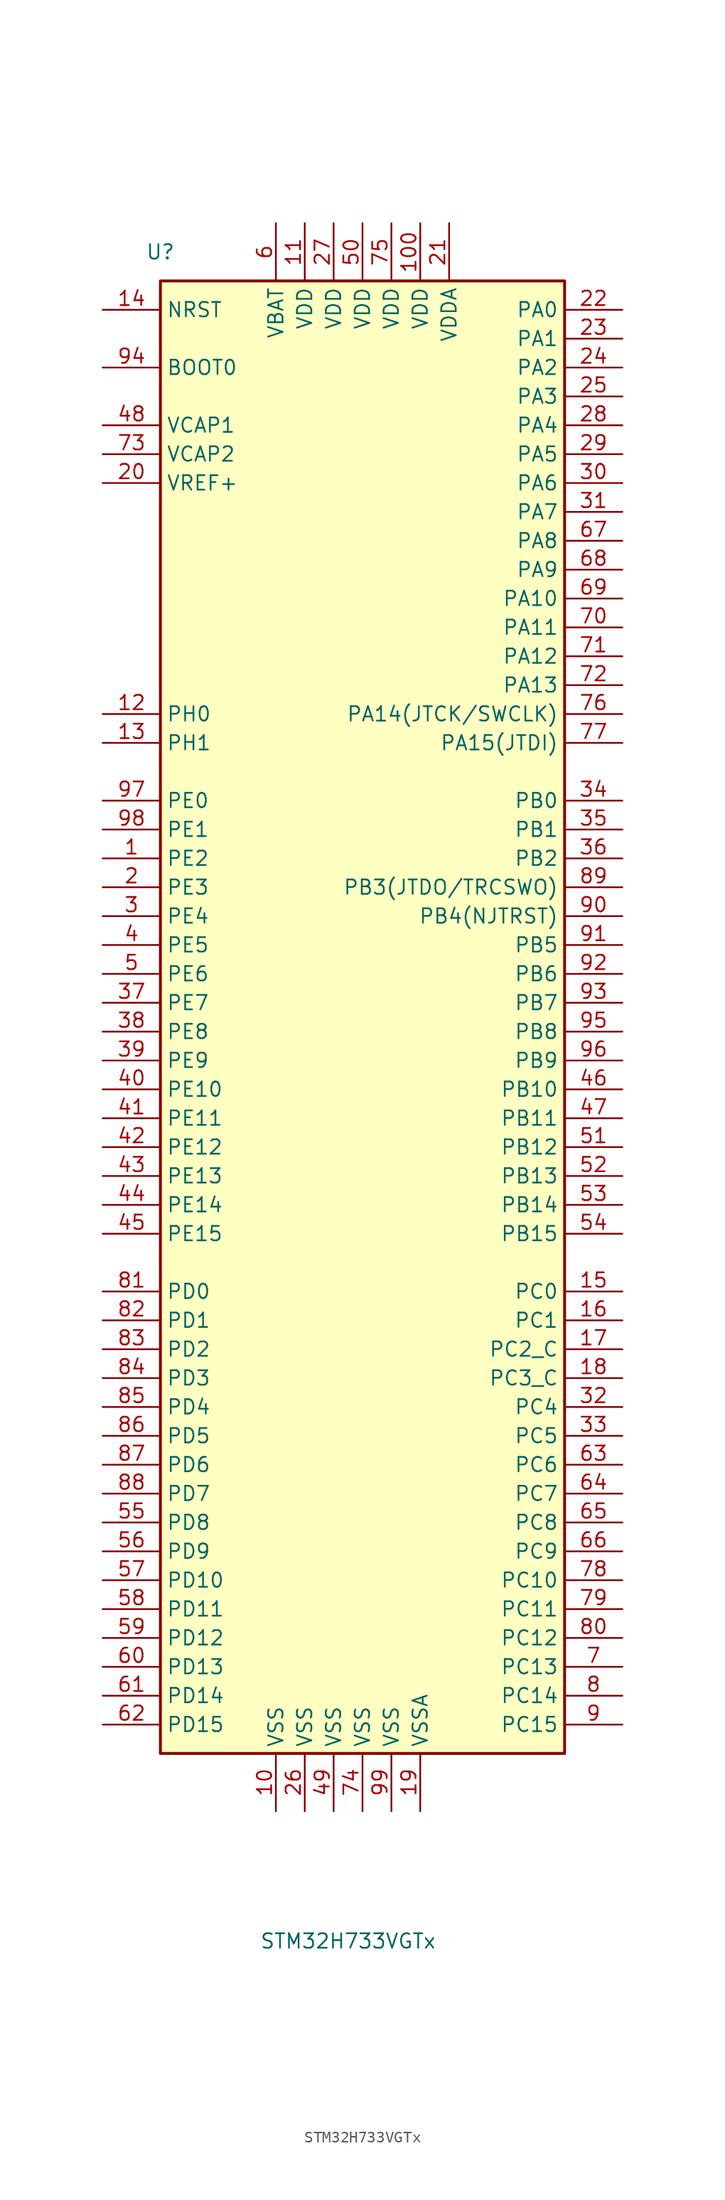
<source format=kicad_sym>
(kicad_symbol_lib
  (version 20201005)
  (generator kicad_symbol_editor)
  (symbol "MCU_ST_STM32H7_U:STM32H733VGTx"
    (property "Reference" "U"
      (at -17.78 66.04 0)
      (effects (font (size 1.27 1.27))))
    (property "Value" "STM32H733VGTx"
      (at -1.27 -82.55 0)
      (effects (font (size 1.27 1.27))))
    (symbol "STM32H733VGTx_0_1"
      (rectangle (start -17.78 -66.04) (end 17.78 63.5) (stroke (width 0.254)) (fill (type background))))
    (symbol "STM32H733VGTx_1_1"
      (pin input line (at -22.86 55.88 0) (length 5.08) (name "BOOT0" (effects (font (size 1.27 1.27)))) (number "94" (effects (font (size 1.27 1.27)))))
      (pin input line (at -22.86 60.96 0) (length 5.08) (name "NRST" (effects (font (size 1.27 1.27)))) (number "14" (effects (font (size 1.27 1.27)))))
      (pin bidirectional line (at 22.86 60.96 180) (length 5.08) (name "PA0" (effects (font (size 1.27 1.27)))) (number "22" (effects (font (size 1.27 1.27)))))
      (pin bidirectional line (at 22.86 58.42 180) (length 5.08) (name "PA1" (effects (font (size 1.27 1.27)))) (number "23" (effects (font (size 1.27 1.27)))))
      (pin bidirectional line (at 22.86 35.56 180) (length 5.08) (name "PA10" (effects (font (size 1.27 1.27)))) (number "69" (effects (font (size 1.27 1.27)))))
      (pin bidirectional line (at 22.86 33.02 180) (length 5.08) (name "PA11" (effects (font (size 1.27 1.27)))) (number "70" (effects (font (size 1.27 1.27)))))
      (pin bidirectional line (at 22.86 30.48 180) (length 5.08) (name "PA12" (effects (font (size 1.27 1.27)))) (number "71" (effects (font (size 1.27 1.27)))))
      (pin bidirectional line (at 22.86 27.94 180) (length 5.08) (name "PA13" (effects (font (size 1.27 1.27)))) (number "72" (effects (font (size 1.27 1.27)))))
      (pin bidirectional line (at 22.86 25.4 180) (length 5.08) (name "PA14(JTCK/SWCLK)" (effects (font (size 1.27 1.27)))) (number "76" (effects (font (size 1.27 1.27)))))
      (pin bidirectional line (at 22.86 22.86 180) (length 5.08) (name "PA15(JTDI)" (effects (font (size 1.27 1.27)))) (number "77" (effects (font (size 1.27 1.27)))))
      (pin bidirectional line (at 22.86 55.88 180) (length 5.08) (name "PA2" (effects (font (size 1.27 1.27)))) (number "24" (effects (font (size 1.27 1.27)))))
      (pin bidirectional line (at 22.86 53.34 180) (length 5.08) (name "PA3" (effects (font (size 1.27 1.27)))) (number "25" (effects (font (size 1.27 1.27)))))
      (pin bidirectional line (at 22.86 50.8 180) (length 5.08) (name "PA4" (effects (font (size 1.27 1.27)))) (number "28" (effects (font (size 1.27 1.27)))))
      (pin bidirectional line (at 22.86 48.26 180) (length 5.08) (name "PA5" (effects (font (size 1.27 1.27)))) (number "29" (effects (font (size 1.27 1.27)))))
      (pin bidirectional line (at 22.86 45.72 180) (length 5.08) (name "PA6" (effects (font (size 1.27 1.27)))) (number "30" (effects (font (size 1.27 1.27)))))
      (pin bidirectional line (at 22.86 43.18 180) (length 5.08) (name "PA7" (effects (font (size 1.27 1.27)))) (number "31" (effects (font (size 1.27 1.27)))))
      (pin bidirectional line (at 22.86 40.64 180) (length 5.08) (name "PA8" (effects (font (size 1.27 1.27)))) (number "67" (effects (font (size 1.27 1.27)))))
      (pin bidirectional line (at 22.86 38.1 180) (length 5.08) (name "PA9" (effects (font (size 1.27 1.27)))) (number "68" (effects (font (size 1.27 1.27)))))
      (pin bidirectional line (at 22.86 17.78 180) (length 5.08) (name "PB0" (effects (font (size 1.27 1.27)))) (number "34" (effects (font (size 1.27 1.27)))))
      (pin bidirectional line (at 22.86 15.24 180) (length 5.08) (name "PB1" (effects (font (size 1.27 1.27)))) (number "35" (effects (font (size 1.27 1.27)))))
      (pin bidirectional line (at 22.86 -7.62 180) (length 5.08) (name "PB10" (effects (font (size 1.27 1.27)))) (number "46" (effects (font (size 1.27 1.27)))))
      (pin bidirectional line (at 22.86 -10.16 180) (length 5.08) (name "PB11" (effects (font (size 1.27 1.27)))) (number "47" (effects (font (size 1.27 1.27)))))
      (pin bidirectional line (at 22.86 -12.7 180) (length 5.08) (name "PB12" (effects (font (size 1.27 1.27)))) (number "51" (effects (font (size 1.27 1.27)))))
      (pin bidirectional line (at 22.86 -15.24 180) (length 5.08) (name "PB13" (effects (font (size 1.27 1.27)))) (number "52" (effects (font (size 1.27 1.27)))))
      (pin bidirectional line (at 22.86 -17.78 180) (length 5.08) (name "PB14" (effects (font (size 1.27 1.27)))) (number "53" (effects (font (size 1.27 1.27)))))
      (pin bidirectional line (at 22.86 -20.32 180) (length 5.08) (name "PB15" (effects (font (size 1.27 1.27)))) (number "54" (effects (font (size 1.27 1.27)))))
      (pin bidirectional line (at 22.86 12.7 180) (length 5.08) (name "PB2" (effects (font (size 1.27 1.27)))) (number "36" (effects (font (size 1.27 1.27)))))
      (pin bidirectional line (at 22.86 10.16 180) (length 5.08) (name "PB3(JTDO/TRCSWO)" (effects (font (size 1.27 1.27)))) (number "89" (effects (font (size 1.27 1.27)))))
      (pin bidirectional line (at 22.86 7.62 180) (length 5.08) (name "PB4(NJTRST)" (effects (font (size 1.27 1.27)))) (number "90" (effects (font (size 1.27 1.27)))))
      (pin bidirectional line (at 22.86 5.08 180) (length 5.08) (name "PB5" (effects (font (size 1.27 1.27)))) (number "91" (effects (font (size 1.27 1.27)))))
      (pin bidirectional line (at 22.86 2.54 180) (length 5.08) (name "PB6" (effects (font (size 1.27 1.27)))) (number "92" (effects (font (size 1.27 1.27)))))
      (pin bidirectional line (at 22.86 0 180) (length 5.08) (name "PB7" (effects (font (size 1.27 1.27)))) (number "93" (effects (font (size 1.27 1.27)))))
      (pin bidirectional line (at 22.86 -2.54 180) (length 5.08) (name "PB8" (effects (font (size 1.27 1.27)))) (number "95" (effects (font (size 1.27 1.27)))))
      (pin bidirectional line (at 22.86 -5.08 180) (length 5.08) (name "PB9" (effects (font (size 1.27 1.27)))) (number "96" (effects (font (size 1.27 1.27)))))
      (pin bidirectional line (at 22.86 -25.4 180) (length 5.08) (name "PC0" (effects (font (size 1.27 1.27)))) (number "15" (effects (font (size 1.27 1.27)))))
      (pin bidirectional line (at 22.86 -27.94 180) (length 5.08) (name "PC1" (effects (font (size 1.27 1.27)))) (number "16" (effects (font (size 1.27 1.27)))))
      (pin bidirectional line (at 22.86 -50.8 180) (length 5.08) (name "PC10" (effects (font (size 1.27 1.27)))) (number "78" (effects (font (size 1.27 1.27)))))
      (pin bidirectional line (at 22.86 -53.34 180) (length 5.08) (name "PC11" (effects (font (size 1.27 1.27)))) (number "79" (effects (font (size 1.27 1.27)))))
      (pin bidirectional line (at 22.86 -55.88 180) (length 5.08) (name "PC12" (effects (font (size 1.27 1.27)))) (number "80" (effects (font (size 1.27 1.27)))))
      (pin bidirectional line (at 22.86 -58.42 180) (length 5.08) (name "PC13" (effects (font (size 1.27 1.27)))) (number "7" (effects (font (size 1.27 1.27)))))
      (pin bidirectional line (at 22.86 -60.96 180) (length 5.08) (name "PC14" (effects (font (size 1.27 1.27)))) (number "8" (effects (font (size 1.27 1.27)))))
      (pin bidirectional line (at 22.86 -63.5 180) (length 5.08) (name "PC15" (effects (font (size 1.27 1.27)))) (number "9" (effects (font (size 1.27 1.27)))))
      (pin bidirectional line (at 22.86 -30.48 180) (length 5.08) (name "PC2_C" (effects (font (size 1.27 1.27)))) (number "17" (effects (font (size 1.27 1.27)))))
      (pin bidirectional line (at 22.86 -33.02 180) (length 5.08) (name "PC3_C" (effects (font (size 1.27 1.27)))) (number "18" (effects (font (size 1.27 1.27)))))
      (pin bidirectional line (at 22.86 -35.56 180) (length 5.08) (name "PC4" (effects (font (size 1.27 1.27)))) (number "32" (effects (font (size 1.27 1.27)))))
      (pin bidirectional line (at 22.86 -38.1 180) (length 5.08) (name "PC5" (effects (font (size 1.27 1.27)))) (number "33" (effects (font (size 1.27 1.27)))))
      (pin bidirectional line (at 22.86 -40.64 180) (length 5.08) (name "PC6" (effects (font (size 1.27 1.27)))) (number "63" (effects (font (size 1.27 1.27)))))
      (pin bidirectional line (at 22.86 -43.18 180) (length 5.08) (name "PC7" (effects (font (size 1.27 1.27)))) (number "64" (effects (font (size 1.27 1.27)))))
      (pin bidirectional line (at 22.86 -45.72 180) (length 5.08) (name "PC8" (effects (font (size 1.27 1.27)))) (number "65" (effects (font (size 1.27 1.27)))))
      (pin bidirectional line (at 22.86 -48.26 180) (length 5.08) (name "PC9" (effects (font (size 1.27 1.27)))) (number "66" (effects (font (size 1.27 1.27)))))
      (pin bidirectional line (at -22.86 -25.4 0) (length 5.08) (name "PD0" (effects (font (size 1.27 1.27)))) (number "81" (effects (font (size 1.27 1.27)))))
      (pin bidirectional line (at -22.86 -27.94 0) (length 5.08) (name "PD1" (effects (font (size 1.27 1.27)))) (number "82" (effects (font (size 1.27 1.27)))))
      (pin bidirectional line (at -22.86 -50.8 0) (length 5.08) (name "PD10" (effects (font (size 1.27 1.27)))) (number "57" (effects (font (size 1.27 1.27)))))
      (pin bidirectional line (at -22.86 -53.34 0) (length 5.08) (name "PD11" (effects (font (size 1.27 1.27)))) (number "58" (effects (font (size 1.27 1.27)))))
      (pin bidirectional line (at -22.86 -55.88 0) (length 5.08) (name "PD12" (effects (font (size 1.27 1.27)))) (number "59" (effects (font (size 1.27 1.27)))))
      (pin bidirectional line (at -22.86 -58.42 0) (length 5.08) (name "PD13" (effects (font (size 1.27 1.27)))) (number "60" (effects (font (size 1.27 1.27)))))
      (pin bidirectional line (at -22.86 -60.96 0) (length 5.08) (name "PD14" (effects (font (size 1.27 1.27)))) (number "61" (effects (font (size 1.27 1.27)))))
      (pin bidirectional line (at -22.86 -63.5 0) (length 5.08) (name "PD15" (effects (font (size 1.27 1.27)))) (number "62" (effects (font (size 1.27 1.27)))))
      (pin bidirectional line (at -22.86 -30.48 0) (length 5.08) (name "PD2" (effects (font (size 1.27 1.27)))) (number "83" (effects (font (size 1.27 1.27)))))
      (pin bidirectional line (at -22.86 -33.02 0) (length 5.08) (name "PD3" (effects (font (size 1.27 1.27)))) (number "84" (effects (font (size 1.27 1.27)))))
      (pin bidirectional line (at -22.86 -35.56 0) (length 5.08) (name "PD4" (effects (font (size 1.27 1.27)))) (number "85" (effects (font (size 1.27 1.27)))))
      (pin bidirectional line (at -22.86 -38.1 0) (length 5.08) (name "PD5" (effects (font (size 1.27 1.27)))) (number "86" (effects (font (size 1.27 1.27)))))
      (pin bidirectional line (at -22.86 -40.64 0) (length 5.08) (name "PD6" (effects (font (size 1.27 1.27)))) (number "87" (effects (font (size 1.27 1.27)))))
      (pin bidirectional line (at -22.86 -43.18 0) (length 5.08) (name "PD7" (effects (font (size 1.27 1.27)))) (number "88" (effects (font (size 1.27 1.27)))))
      (pin bidirectional line (at -22.86 -45.72 0) (length 5.08) (name "PD8" (effects (font (size 1.27 1.27)))) (number "55" (effects (font (size 1.27 1.27)))))
      (pin bidirectional line (at -22.86 -48.26 0) (length 5.08) (name "PD9" (effects (font (size 1.27 1.27)))) (number "56" (effects (font (size 1.27 1.27)))))
      (pin bidirectional line (at -22.86 17.78 0) (length 5.08) (name "PE0" (effects (font (size 1.27 1.27)))) (number "97" (effects (font (size 1.27 1.27)))))
      (pin bidirectional line (at -22.86 15.24 0) (length 5.08) (name "PE1" (effects (font (size 1.27 1.27)))) (number "98" (effects (font (size 1.27 1.27)))))
      (pin bidirectional line (at -22.86 -7.62 0) (length 5.08) (name "PE10" (effects (font (size 1.27 1.27)))) (number "40" (effects (font (size 1.27 1.27)))))
      (pin bidirectional line (at -22.86 -10.16 0) (length 5.08) (name "PE11" (effects (font (size 1.27 1.27)))) (number "41" (effects (font (size 1.27 1.27)))))
      (pin bidirectional line (at -22.86 -12.7 0) (length 5.08) (name "PE12" (effects (font (size 1.27 1.27)))) (number "42" (effects (font (size 1.27 1.27)))))
      (pin bidirectional line (at -22.86 -15.24 0) (length 5.08) (name "PE13" (effects (font (size 1.27 1.27)))) (number "43" (effects (font (size 1.27 1.27)))))
      (pin bidirectional line (at -22.86 -17.78 0) (length 5.08) (name "PE14" (effects (font (size 1.27 1.27)))) (number "44" (effects (font (size 1.27 1.27)))))
      (pin bidirectional line (at -22.86 -20.32 0) (length 5.08) (name "PE15" (effects (font (size 1.27 1.27)))) (number "45" (effects (font (size 1.27 1.27)))))
      (pin bidirectional line (at -22.86 12.7 0) (length 5.08) (name "PE2" (effects (font (size 1.27 1.27)))) (number "1" (effects (font (size 1.27 1.27)))))
      (pin bidirectional line (at -22.86 10.16 0) (length 5.08) (name "PE3" (effects (font (size 1.27 1.27)))) (number "2" (effects (font (size 1.27 1.27)))))
      (pin bidirectional line (at -22.86 7.62 0) (length 5.08) (name "PE4" (effects (font (size 1.27 1.27)))) (number "3" (effects (font (size 1.27 1.27)))))
      (pin bidirectional line (at -22.86 5.08 0) (length 5.08) (name "PE5" (effects (font (size 1.27 1.27)))) (number "4" (effects (font (size 1.27 1.27)))))
      (pin bidirectional line (at -22.86 2.54 0) (length 5.08) (name "PE6" (effects (font (size 1.27 1.27)))) (number "5" (effects (font (size 1.27 1.27)))))
      (pin bidirectional line (at -22.86 0 0) (length 5.08) (name "PE7" (effects (font (size 1.27 1.27)))) (number "37" (effects (font (size 1.27 1.27)))))
      (pin bidirectional line (at -22.86 -2.54 0) (length 5.08) (name "PE8" (effects (font (size 1.27 1.27)))) (number "38" (effects (font (size 1.27 1.27)))))
      (pin bidirectional line (at -22.86 -5.08 0) (length 5.08) (name "PE9" (effects (font (size 1.27 1.27)))) (number "39" (effects (font (size 1.27 1.27)))))
      (pin input line (at -22.86 25.4 0) (length 5.08) (name "PH0" (effects (font (size 1.27 1.27)))) (number "12" (effects (font (size 1.27 1.27)))))
      (pin input line (at -22.86 22.86 0) (length 5.08) (name "PH1" (effects (font (size 1.27 1.27)))) (number "13" (effects (font (size 1.27 1.27)))))
      (pin power_in line (at -7.62 68.58 270) (length 5.08) (name "VBAT" (effects (font (size 1.27 1.27)))) (number "6" (effects (font (size 1.27 1.27)))))
      (pin power_in line (at -22.86 50.8 0) (length 5.08) (name "VCAP1" (effects (font (size 1.27 1.27)))) (number "48" (effects (font (size 1.27 1.27)))))
      (pin power_in line (at -22.86 48.26 0) (length 5.08) (name "VCAP2" (effects (font (size 1.27 1.27)))) (number "73" (effects (font (size 1.27 1.27)))))
      (pin power_in line (at 5.08 68.58 270) (length 5.08) (name "VDD" (effects (font (size 1.27 1.27)))) (number "100" (effects (font (size 1.27 1.27)))))
      (pin power_in line (at -5.08 68.58 270) (length 5.08) (name "VDD" (effects (font (size 1.27 1.27)))) (number "11" (effects (font (size 1.27 1.27)))))
      (pin power_in line (at -2.54 68.58 270) (length 5.08) (name "VDD" (effects (font (size 1.27 1.27)))) (number "27" (effects (font (size 1.27 1.27)))))
      (pin power_in line (at 0 68.58 270) (length 5.08) (name "VDD" (effects (font (size 1.27 1.27)))) (number "50" (effects (font (size 1.27 1.27)))))
      (pin power_in line (at 2.54 68.58 270) (length 5.08) (name "VDD" (effects (font (size 1.27 1.27)))) (number "75" (effects (font (size 1.27 1.27)))))
      (pin power_in line (at 7.62 68.58 270) (length 5.08) (name "VDDA" (effects (font (size 1.27 1.27)))) (number "21" (effects (font (size 1.27 1.27)))))
      (pin bidirectional line (at -22.86 45.72 0) (length 5.08) (name "VREF+" (effects (font (size 1.27 1.27)))) (number "20" (effects (font (size 1.27 1.27)))))
      (pin power_in line (at -7.62 -71.12 90) (length 5.08) (name "VSS" (effects (font (size 1.27 1.27)))) (number "10" (effects (font (size 1.27 1.27)))))
      (pin power_in line (at -5.08 -71.12 90) (length 5.08) (name "VSS" (effects (font (size 1.27 1.27)))) (number "26" (effects (font (size 1.27 1.27)))))
      (pin power_in line (at -2.54 -71.12 90) (length 5.08) (name "VSS" (effects (font (size 1.27 1.27)))) (number "49" (effects (font (size 1.27 1.27)))))
      (pin power_in line (at 0 -71.12 90) (length 5.08) (name "VSS" (effects (font (size 1.27 1.27)))) (number "74" (effects (font (size 1.27 1.27)))))
      (pin power_in line (at 2.54 -71.12 90) (length 5.08) (name "VSS" (effects (font (size 1.27 1.27)))) (number "99" (effects (font (size 1.27 1.27)))))
      (pin power_in line (at 5.08 -71.12 90) (length 5.08) (name "VSSA" (effects (font (size 1.27 1.27)))) (number "19" (effects (font (size 1.27 1.27))))))))
</source>
